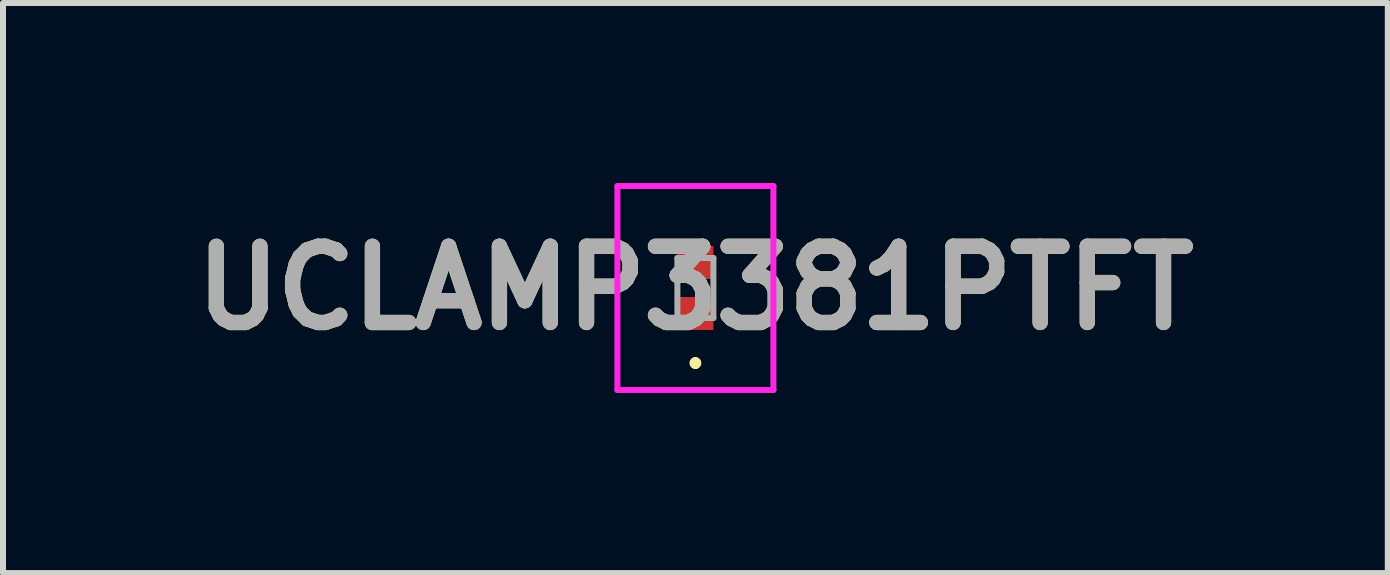
<source format=kicad_pcb>
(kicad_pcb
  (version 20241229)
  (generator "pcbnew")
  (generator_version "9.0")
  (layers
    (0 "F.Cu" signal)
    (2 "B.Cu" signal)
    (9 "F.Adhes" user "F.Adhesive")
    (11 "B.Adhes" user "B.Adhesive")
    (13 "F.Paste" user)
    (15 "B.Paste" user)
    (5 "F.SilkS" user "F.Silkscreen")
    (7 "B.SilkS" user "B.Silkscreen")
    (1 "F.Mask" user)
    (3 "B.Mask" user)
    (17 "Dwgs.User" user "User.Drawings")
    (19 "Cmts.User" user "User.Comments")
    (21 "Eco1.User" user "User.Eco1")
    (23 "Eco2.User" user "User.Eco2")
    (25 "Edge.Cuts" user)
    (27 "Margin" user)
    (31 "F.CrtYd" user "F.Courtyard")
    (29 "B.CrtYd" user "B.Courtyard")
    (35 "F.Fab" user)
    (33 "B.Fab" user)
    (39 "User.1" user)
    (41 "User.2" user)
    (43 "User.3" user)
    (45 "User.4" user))
  (footprint "UCLAMP3381PTFT"
    (layer "F.Cu")
    (at 8.539 1.75)
    (property "Reference" "UCLAMP3381PTFT" (at 0 0 0) (layer "F.SilkS") (effects (font (size 1.27 1.27) (thickness 0.254))))
    (attr smd)
    (fp_line (start 0 1.2) (end 0 1.2) (stroke (width 0.1) (type solid)) (layer "F.SilkS"))
    (fp_line (start 0 1.3) (end 0 1.3) (stroke (width 0.1) (type solid)) (layer "F.SilkS"))
    (fp_arc (start 0 1.2) (mid 0.05 1.25) (end 0 1.3) (stroke (width 0.1) (type solid)) (layer "F.SilkS"))
    (fp_arc (start 0 1.3) (mid -0.05 1.25) (end 0 1.2) (stroke (width 0.1) (type solid)) (layer "F.SilkS"))
    (fp_line (start -1.3 -1.7) (end -1.3 1.7) (stroke (width 0.1) (type solid)) (layer "F.CrtYd"))
    (fp_line (start -1.3 1.7) (end 1.3 1.7) (stroke (width 0.1) (type solid)) (layer "F.CrtYd"))
    (fp_line (start 1.3 -1.7) (end -1.3 -1.7) (stroke (width 0.1) (type solid)) (layer "F.CrtYd"))
    (fp_line (start 1.3 1.7) (end 1.3 -1.7) (stroke (width 0.1) (type solid)) (layer "F.CrtYd"))
    (fp_line (start -0.3 -0.5) (end 0.3 -0.5) (stroke (width 0.1) (type solid)) (layer "F.Fab"))
    (fp_line (start -0.3 0.5) (end -0.3 -0.5) (stroke (width 0.1) (type solid)) (layer "F.Fab"))
    (fp_line (start 0.3 -0.5) (end 0.3 0.5) (stroke (width 0.1) (type solid)) (layer "F.Fab"))
    (fp_line (start 0.3 0.5) (end -0.3 0.5) (stroke (width 0.1) (type solid)) (layer "F.Fab"))
    (fp_text user "${REFERENCE}" (at 0 0 0) (layer "F.Fab") (effects (font (size 1.27 1.27) (thickness 0.254))))
    (pad "1" smd rect (at 0 0.425 90) (size 0.55 0.6) (layers "F.Cu" "F.Mask" "F.Paste"))
    (pad "2" smd rect (at 0 -0.425 90) (size 0.55 0.6) (layers "F.Cu" "F.Mask" "F.Paste")))
  (gr_rect
    (start -3 -3)
    (end 20.078 6.5)
    (stroke (width 0.1) (type default))
    (fill no)
    (layer "Edge.Cuts")))
</source>
